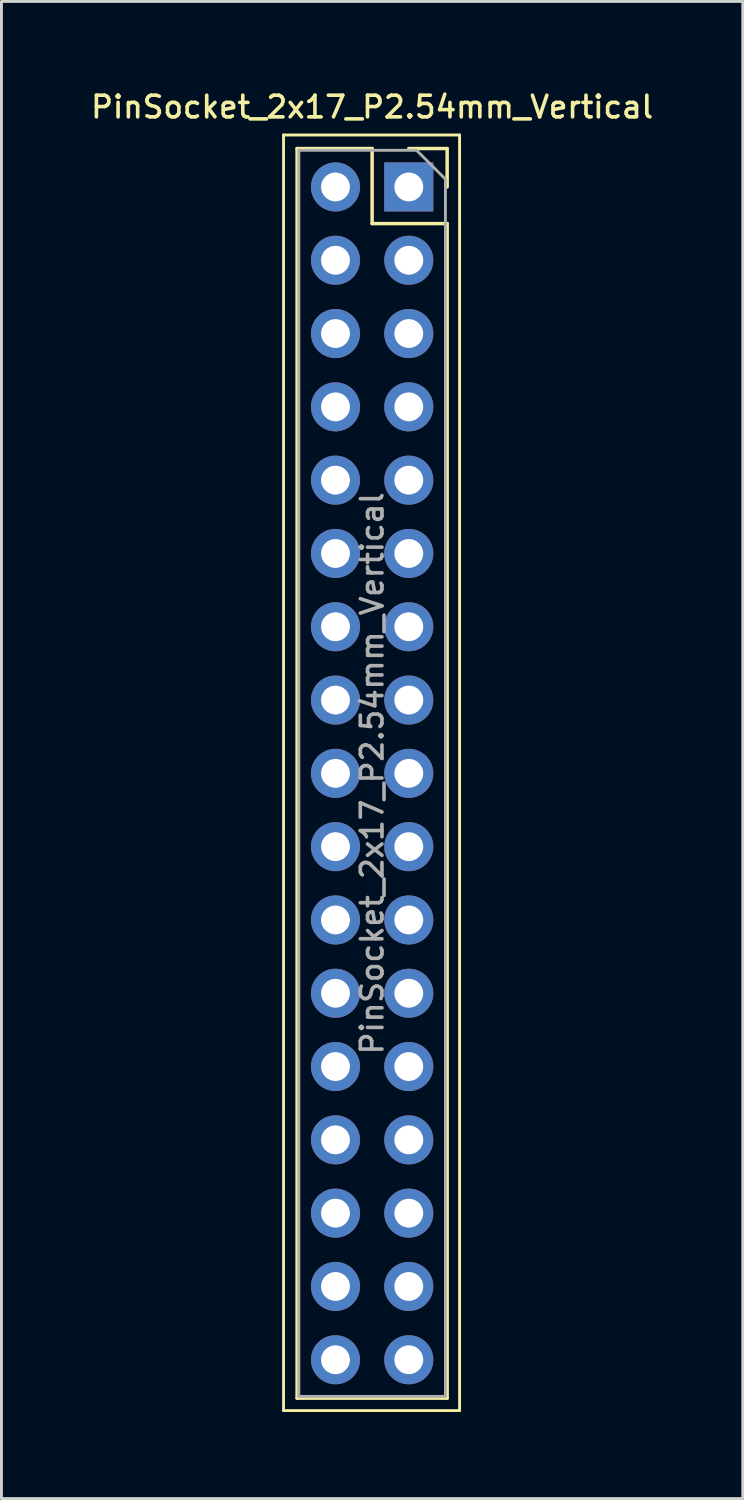
<source format=kicad_pcb>
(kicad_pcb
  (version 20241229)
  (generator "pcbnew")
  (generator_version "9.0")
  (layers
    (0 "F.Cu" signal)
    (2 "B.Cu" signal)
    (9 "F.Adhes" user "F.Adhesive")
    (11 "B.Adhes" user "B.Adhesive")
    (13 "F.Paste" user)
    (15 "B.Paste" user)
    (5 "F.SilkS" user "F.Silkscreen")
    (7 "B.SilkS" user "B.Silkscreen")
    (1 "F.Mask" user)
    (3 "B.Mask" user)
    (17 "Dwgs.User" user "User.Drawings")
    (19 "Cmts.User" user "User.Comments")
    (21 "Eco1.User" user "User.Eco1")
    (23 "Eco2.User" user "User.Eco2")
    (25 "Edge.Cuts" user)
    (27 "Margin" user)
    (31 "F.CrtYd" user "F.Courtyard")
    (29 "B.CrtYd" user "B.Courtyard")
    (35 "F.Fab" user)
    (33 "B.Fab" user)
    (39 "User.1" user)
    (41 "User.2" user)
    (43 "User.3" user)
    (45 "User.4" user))
  (footprint "PinSocket_2x17_P2.54mm_Vertical"
    (layer "F.Cu")
    (at 11.115 3.428)
    (property "Reference" "PinSocket_2x17_P2.54mm_Vertical" (at -1.27 -2.77 0) (layer "F.SilkS") (effects (font (size 0.75 0.75) (thickness 0.125))))
    (attr through_hole)
    (fp_line (start -4.34 -1.8) (end 1.76 -1.8) (stroke (width 0.1) (type solid)) (layer "F.SilkS"))
    (fp_line (start -4.34 42.4) (end -4.34 -1.8) (stroke (width 0.1) (type solid)) (layer "F.SilkS"))
    (fp_line (start -3.87 -1.33) (end -3.87 41.97) (stroke (width 0.12) (type solid)) (layer "F.SilkS"))
    (fp_line (start -3.87 -1.33) (end -1.27 -1.33) (stroke (width 0.12) (type solid)) (layer "F.SilkS"))
    (fp_line (start -3.87 41.97) (end 1.33 41.97) (stroke (width 0.12) (type solid)) (layer "F.SilkS"))
    (fp_line (start -1.27 -1.33) (end -1.27 1.27) (stroke (width 0.12) (type solid)) (layer "F.SilkS"))
    (fp_line (start -1.27 1.27) (end 1.33 1.27) (stroke (width 0.12) (type solid)) (layer "F.SilkS"))
    (fp_line (start 0 -1.33) (end 1.33 -1.33) (stroke (width 0.12) (type solid)) (layer "F.SilkS"))
    (fp_line (start 1.33 -1.33) (end 1.33 0) (stroke (width 0.12) (type solid)) (layer "F.SilkS"))
    (fp_line (start 1.33 1.27) (end 1.33 41.97) (stroke (width 0.12) (type solid)) (layer "F.SilkS"))
    (fp_line (start 1.76 -1.8) (end 1.76 42.4) (stroke (width 0.1) (type solid)) (layer "F.SilkS"))
    (fp_line (start 1.76 42.4) (end -4.34 42.4) (stroke (width 0.1) (type solid)) (layer "F.SilkS"))
    (fp_line (start -3.81 -1.27) (end 0.27 -1.27) (stroke (width 0.1) (type solid)) (layer "F.Fab"))
    (fp_line (start -3.81 41.91) (end -3.81 -1.27) (stroke (width 0.1) (type solid)) (layer "F.Fab"))
    (fp_line (start 0.27 -1.27) (end 1.27 -0.27) (stroke (width 0.1) (type solid)) (layer "F.Fab"))
    (fp_line (start 1.27 -0.27) (end 1.27 41.91) (stroke (width 0.1) (type solid)) (layer "F.Fab"))
    (fp_line (start 1.27 41.91) (end -3.81 41.91) (stroke (width 0.1) (type solid)) (layer "F.Fab"))
    (fp_text user "${REFERENCE}" (at -1.27 20.32 90) (layer "F.Fab") (effects (font (size 0.75 0.75) (thickness 0.125))))
    (pad "1" thru_hole rect (at 0 0) (size 1.7 1.7) (drill 1) (layers "*.Cu" "*.Mask"))
    (pad "2" thru_hole oval (at -2.54 0) (size 1.7 1.7) (drill 1) (layers "*.Cu" "*.Mask"))
    (pad "3" thru_hole oval (at 0 2.54) (size 1.7 1.7) (drill 1) (layers "*.Cu" "*.Mask"))
    (pad "4" thru_hole oval (at -2.54 2.54) (size 1.7 1.7) (drill 1) (layers "*.Cu" "*.Mask"))
    (pad "5" thru_hole oval (at 0 5.08) (size 1.7 1.7) (drill 1) (layers "*.Cu" "*.Mask"))
    (pad "6" thru_hole oval (at -2.54 5.08) (size 1.7 1.7) (drill 1) (layers "*.Cu" "*.Mask"))
    (pad "7" thru_hole oval (at 0 7.62) (size 1.7 1.7) (drill 1) (layers "*.Cu" "*.Mask"))
    (pad "8" thru_hole oval (at -2.54 7.62) (size 1.7 1.7) (drill 1) (layers "*.Cu" "*.Mask"))
    (pad "9" thru_hole oval (at 0 10.16) (size 1.7 1.7) (drill 1) (layers "*.Cu" "*.Mask"))
    (pad "10" thru_hole oval (at -2.54 10.16) (size 1.7 1.7) (drill 1) (layers "*.Cu" "*.Mask"))
    (pad "11" thru_hole oval (at 0 12.7) (size 1.7 1.7) (drill 1) (layers "*.Cu" "*.Mask"))
    (pad "12" thru_hole oval (at -2.54 12.7) (size 1.7 1.7) (drill 1) (layers "*.Cu" "*.Mask"))
    (pad "13" thru_hole oval (at 0 15.24) (size 1.7 1.7) (drill 1) (layers "*.Cu" "*.Mask"))
    (pad "14" thru_hole oval (at -2.54 15.24) (size 1.7 1.7) (drill 1) (layers "*.Cu" "*.Mask"))
    (pad "15" thru_hole oval (at 0 17.78) (size 1.7 1.7) (drill 1) (layers "*.Cu" "*.Mask"))
    (pad "16" thru_hole oval (at -2.54 17.78) (size 1.7 1.7) (drill 1) (layers "*.Cu" "*.Mask"))
    (pad "17" thru_hole oval (at 0 20.32) (size 1.7 1.7) (drill 1) (layers "*.Cu" "*.Mask"))
    (pad "18" thru_hole oval (at -2.54 20.32) (size 1.7 1.7) (drill 1) (layers "*.Cu" "*.Mask"))
    (pad "19" thru_hole oval (at 0 22.86) (size 1.7 1.7) (drill 1) (layers "*.Cu" "*.Mask"))
    (pad "20" thru_hole oval (at -2.54 22.86) (size 1.7 1.7) (drill 1) (layers "*.Cu" "*.Mask"))
    (pad "21" thru_hole oval (at 0 25.4) (size 1.7 1.7) (drill 1) (layers "*.Cu" "*.Mask"))
    (pad "22" thru_hole oval (at -2.54 25.4) (size 1.7 1.7) (drill 1) (layers "*.Cu" "*.Mask"))
    (pad "23" thru_hole oval (at 0 27.94) (size 1.7 1.7) (drill 1) (layers "*.Cu" "*.Mask"))
    (pad "24" thru_hole oval (at -2.54 27.94) (size 1.7 1.7) (drill 1) (layers "*.Cu" "*.Mask"))
    (pad "25" thru_hole oval (at 0 30.48) (size 1.7 1.7) (drill 1) (layers "*.Cu" "*.Mask"))
    (pad "26" thru_hole oval (at -2.54 30.48) (size 1.7 1.7) (drill 1) (layers "*.Cu" "*.Mask"))
    (pad "27" thru_hole oval (at 0 33.02) (size 1.7 1.7) (drill 1) (layers "*.Cu" "*.Mask"))
    (pad "28" thru_hole oval (at -2.54 33.02) (size 1.7 1.7) (drill 1) (layers "*.Cu" "*.Mask"))
    (pad "29" thru_hole oval (at 0 35.56) (size 1.7 1.7) (drill 1) (layers "*.Cu" "*.Mask"))
    (pad "30" thru_hole oval (at -2.54 35.56) (size 1.7 1.7) (drill 1) (layers "*.Cu" "*.Mask"))
    (pad "31" thru_hole oval (at 0 38.1) (size 1.7 1.7) (drill 1) (layers "*.Cu" "*.Mask"))
    (pad "32" thru_hole oval (at -2.54 38.1) (size 1.7 1.7) (drill 1) (layers "*.Cu" "*.Mask"))
    (pad "33" thru_hole oval (at 0 40.64) (size 1.7 1.7) (drill 1) (layers "*.Cu" "*.Mask"))
    (pad "34" thru_hole oval (at -2.54 40.64) (size 1.7 1.7) (drill 1) (layers "*.Cu" "*.Mask")))
  (gr_rect
    (start -3 -3)
    (end 22.689 48.878)
    (stroke (width 0.1) (type default))
    (fill no)
    (layer "Edge.Cuts")))
</source>
